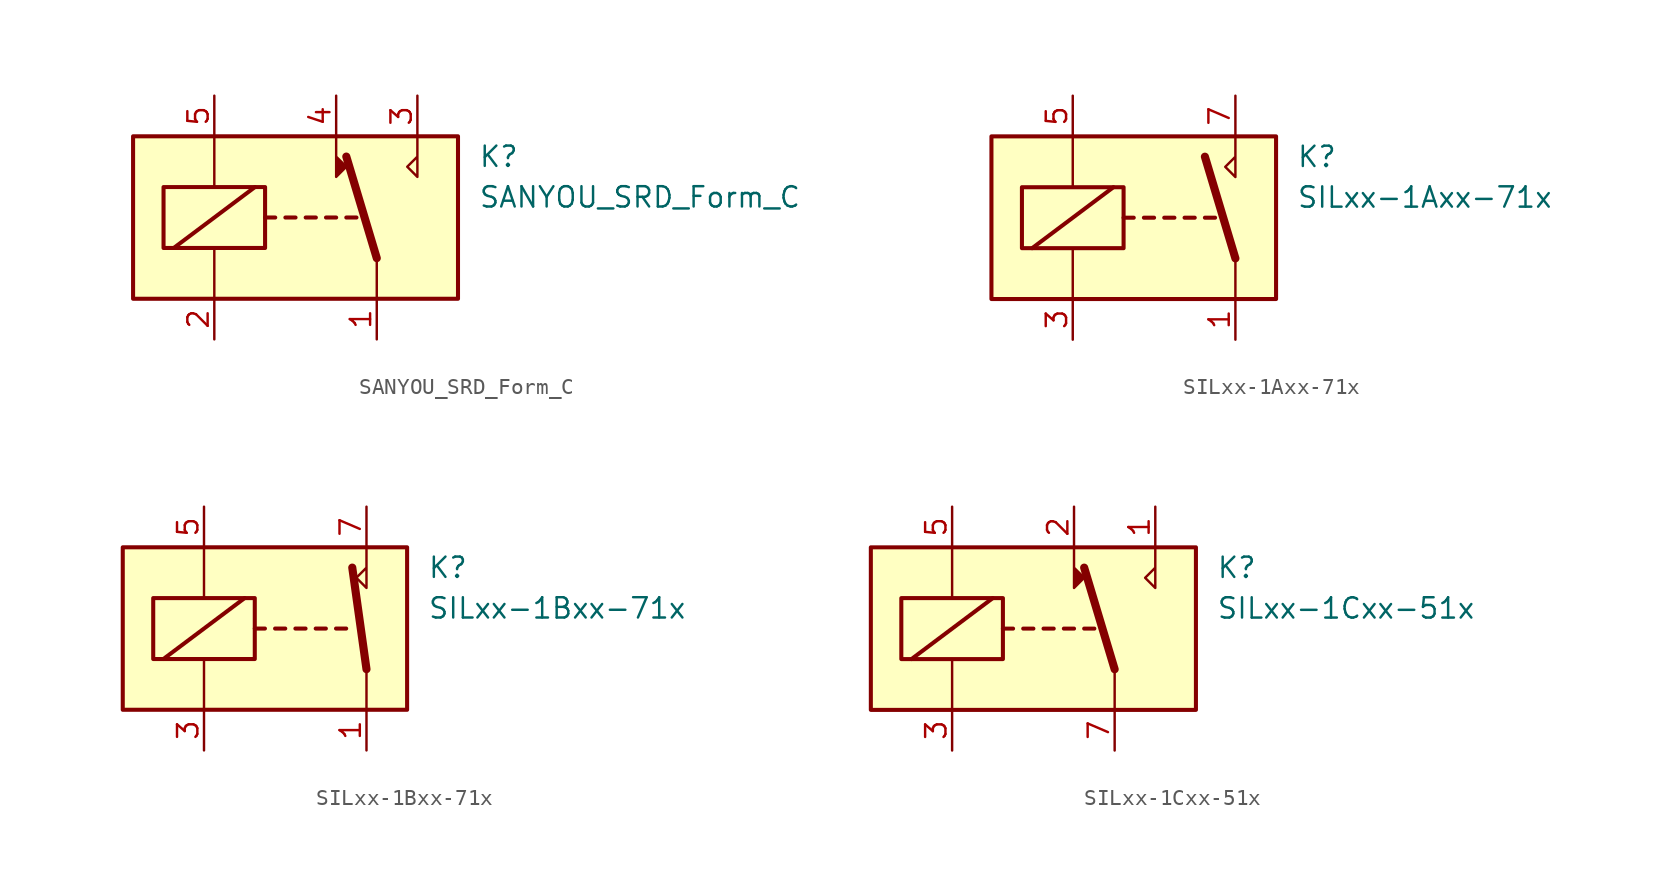
<source format=kicad_sym>
(kicad_symbol_lib
  (version 20211014)
  (generator kicad_symbol_editor)
  (symbol "SANYOU_SRD_Form_C"
    (property "Reference" "K"
      (at 11.43 3.81 0)
      (effects (font (size 1.27 1.27)) (justify left)))
    (property "Value" "SANYOU_SRD_Form_C"
      (at 11.43 1.27 0)
      (effects (font (size 1.27 1.27)) (justify left)))
    (symbol "SANYOU_SRD_Form_C_0_0"
      (polyline (pts (xy 7.62 5.08) (xy 7.62 2.54) (xy 6.985 3.175) (xy 7.62 3.81)) (stroke (width 0) (type default) (color 0 0 0 0)) (fill (type none))))
    (symbol "SANYOU_SRD_Form_C_0_1"
      (rectangle (start -10.16 5.08) (end 10.16 -5.08) (stroke (width 0.254) (type default) (color 0 0 0 0)) (fill (type background)))
      (rectangle (start -8.255 1.905) (end -1.905 -1.905) (stroke (width 0.254) (type default) (color 0 0 0 0)) (fill (type none)))
      (polyline (pts (xy -7.62 -1.905) (xy -2.54 1.905)) (stroke (width 0.254) (type default) (color 0 0 0 0)) (fill (type none)))
      (polyline (pts (xy -5.08 -5.08) (xy -5.08 -1.905)) (stroke (width 0) (type default) (color 0 0 0 0)) (fill (type none)))
      (polyline (pts (xy -5.08 5.08) (xy -5.08 1.905)) (stroke (width 0) (type default) (color 0 0 0 0)) (fill (type none)))
      (polyline (pts (xy -1.905 0) (xy -1.27 0)) (stroke (width 0.254) (type default) (color 0 0 0 0)) (fill (type none)))
      (polyline (pts (xy -0.635 0) (xy 0 0)) (stroke (width 0.254) (type default) (color 0 0 0 0)) (fill (type none)))
      (polyline (pts (xy 0.635 0) (xy 1.27 0)) (stroke (width 0.254) (type default) (color 0 0 0 0)) (fill (type none)))
      (polyline (pts (xy 1.905 0) (xy 2.54 0)) (stroke (width 0.254) (type default) (color 0 0 0 0)) (fill (type none)))
      (polyline (pts (xy 3.175 0) (xy 3.81 0)) (stroke (width 0.254) (type default) (color 0 0 0 0)) (fill (type none)))
      (polyline (pts (xy 5.08 -2.54) (xy 3.175 3.81)) (stroke (width 0.508) (type default) (color 0 0 0 0)) (fill (type none)))
      (polyline (pts (xy 5.08 -2.54) (xy 5.08 -5.08)) (stroke (width 0) (type default) (color 0 0 0 0)) (fill (type none))))
    (symbol "SANYOU_SRD_Form_C_1_1"
      (polyline (pts (xy 2.54 3.81) (xy 3.175 3.175) (xy 2.54 2.54) (xy 2.54 5.08)) (stroke (width 0) (type default) (color 0 0 0 0)) (fill (type outline)))
      (pin passive line (at 5.08 -7.62 90) (length 2.54) (name "~" (effects (font (size 1.27 1.27)))) (number "1" (effects (font (size 1.27 1.27)))))
      (pin passive line (at -5.08 -7.62 90) (length 2.54) (name "~" (effects (font (size 1.27 1.27)))) (number "2" (effects (font (size 1.27 1.27)))))
      (pin passive line (at 7.62 7.62 270) (length 2.54) (name "~" (effects (font (size 1.27 1.27)))) (number "3" (effects (font (size 1.27 1.27)))))
      (pin passive line (at 2.54 7.62 270) (length 2.54) (name "~" (effects (font (size 1.27 1.27)))) (number "4" (effects (font (size 1.27 1.27)))))
      (pin passive line (at -5.08 7.62 270) (length 2.54) (name "~" (effects (font (size 1.27 1.27)))) (number "5" (effects (font (size 1.27 1.27)))))))
  (symbol "SILxx-1Axx-71x"
    (property "Reference" "K"
      (at 8.89 3.81 0)
      (effects (font (size 1.27 1.27)) (justify left)))
    (property "Value" "SILxx-1Axx-71x"
      (at 8.89 1.27 0)
      (effects (font (size 1.27 1.27)) (justify left)))
    (symbol "SILxx-1Axx-71x_0_0"
      (polyline (pts (xy 5.08 5.08) (xy 5.08 2.54) (xy 4.445 3.175) (xy 5.08 3.81)) (stroke (width 0) (type default) (color 0 0 0 0)) (fill (type none))))
    (symbol "SILxx-1Axx-71x_0_1"
      (rectangle (start -10.16 5.08) (end 7.62 -5.08) (stroke (width 0.254) (type default) (color 0 0 0 0)) (fill (type background)))
      (rectangle (start -8.255 1.905) (end -1.905 -1.905) (stroke (width 0.254) (type default) (color 0 0 0 0)) (fill (type none)))
      (polyline (pts (xy -7.62 -1.905) (xy -2.54 1.905)) (stroke (width 0.254) (type default) (color 0 0 0 0)) (fill (type none)))
      (polyline (pts (xy -5.08 -5.08) (xy -5.08 -1.905)) (stroke (width 0) (type default) (color 0 0 0 0)) (fill (type none)))
      (polyline (pts (xy -5.08 5.08) (xy -5.08 1.905)) (stroke (width 0) (type default) (color 0 0 0 0)) (fill (type none)))
      (polyline (pts (xy -1.905 0) (xy -1.27 0)) (stroke (width 0.254) (type default) (color 0 0 0 0)) (fill (type none)))
      (polyline (pts (xy -0.635 0) (xy 0 0)) (stroke (width 0.254) (type default) (color 0 0 0 0)) (fill (type none)))
      (polyline (pts (xy 0.635 0) (xy 1.27 0)) (stroke (width 0.254) (type default) (color 0 0 0 0)) (fill (type none)))
      (polyline (pts (xy 1.905 0) (xy 2.54 0)) (stroke (width 0.254) (type default) (color 0 0 0 0)) (fill (type none)))
      (polyline (pts (xy 3.175 0) (xy 3.81 0)) (stroke (width 0.254) (type default) (color 0 0 0 0)) (fill (type none)))
      (polyline (pts (xy 5.08 -2.54) (xy 3.175 3.81)) (stroke (width 0.508) (type default) (color 0 0 0 0)) (fill (type none)))
      (polyline (pts (xy 5.08 -2.54) (xy 5.08 -5.08)) (stroke (width 0) (type default) (color 0 0 0 0)) (fill (type none))))
    (symbol "SILxx-1Axx-71x_1_1"
      (pin passive line (at 5.08 -7.62 90) (length 2.54) (name "~" (effects (font (size 1.27 1.27)))) (number "1" (effects (font (size 1.27 1.27)))))
      (pin passive line (at -5.08 -7.62 90) (length 2.54) (name "~" (effects (font (size 1.27 1.27)))) (number "3" (effects (font (size 1.27 1.27)))))
      (pin passive line (at -5.08 7.62 270) (length 2.54) (name "~" (effects (font (size 1.27 1.27)))) (number "5" (effects (font (size 1.27 1.27)))))
      (pin passive line (at 5.08 7.62 270) (length 2.54) (name "~" (effects (font (size 1.27 1.27)))) (number "7" (effects (font (size 1.27 1.27)))))))
  (symbol "SILxx-1Bxx-71x"
    (property "Reference" "K"
      (at 8.89 3.81 0)
      (effects (font (size 1.27 1.27)) (justify left)))
    (property "Value" "SILxx-1Bxx-71x"
      (at 8.89 1.27 0)
      (effects (font (size 1.27 1.27)) (justify left)))
    (symbol "SILxx-1Bxx-71x_0_0"
      (polyline (pts (xy 5.08 5.08) (xy 5.08 2.54) (xy 4.445 3.175) (xy 5.08 3.81)) (stroke (width 0) (type default) (color 0 0 0 0)) (fill (type none))))
    (symbol "SILxx-1Bxx-71x_0_1"
      (rectangle (start -10.16 5.08) (end 7.62 -5.08) (stroke (width 0.254) (type default) (color 0 0 0 0)) (fill (type background)))
      (rectangle (start -8.255 1.905) (end -1.905 -1.905) (stroke (width 0.254) (type default) (color 0 0 0 0)) (fill (type none)))
      (polyline (pts (xy -7.62 -1.905) (xy -2.54 1.905)) (stroke (width 0.254) (type default) (color 0 0 0 0)) (fill (type none)))
      (polyline (pts (xy -5.08 -5.08) (xy -5.08 -1.905)) (stroke (width 0) (type default) (color 0 0 0 0)) (fill (type none)))
      (polyline (pts (xy -5.08 5.08) (xy -5.08 1.905)) (stroke (width 0) (type default) (color 0 0 0 0)) (fill (type none)))
      (polyline (pts (xy -1.905 0) (xy -1.27 0)) (stroke (width 0.254) (type default) (color 0 0 0 0)) (fill (type none)))
      (polyline (pts (xy -0.635 0) (xy 0 0)) (stroke (width 0.254) (type default) (color 0 0 0 0)) (fill (type none)))
      (polyline (pts (xy 0.635 0) (xy 1.27 0)) (stroke (width 0.254) (type default) (color 0 0 0 0)) (fill (type none)))
      (polyline (pts (xy 1.905 0) (xy 2.54 0)) (stroke (width 0.254) (type default) (color 0 0 0 0)) (fill (type none)))
      (polyline (pts (xy 3.175 0) (xy 3.81 0)) (stroke (width 0.254) (type default) (color 0 0 0 0)) (fill (type none)))
      (polyline (pts (xy 5.08 -2.54) (xy 4.191 3.81)) (stroke (width 0.508) (type default) (color 0 0 0 0)) (fill (type none)))
      (polyline (pts (xy 5.08 -2.54) (xy 5.08 -5.08)) (stroke (width 0) (type default) (color 0 0 0 0)) (fill (type none))))
    (symbol "SILxx-1Bxx-71x_1_1"
      (pin passive line (at 5.08 -7.62 90) (length 2.54) (name "~" (effects (font (size 1.27 1.27)))) (number "1" (effects (font (size 1.27 1.27)))))
      (pin passive line (at -5.08 -7.62 90) (length 2.54) (name "~" (effects (font (size 1.27 1.27)))) (number "3" (effects (font (size 1.27 1.27)))))
      (pin passive line (at -5.08 7.62 270) (length 2.54) (name "~" (effects (font (size 1.27 1.27)))) (number "5" (effects (font (size 1.27 1.27)))))
      (pin passive line (at 5.08 7.62 270) (length 2.54) (name "~" (effects (font (size 1.27 1.27)))) (number "7" (effects (font (size 1.27 1.27)))))))
  (symbol "SILxx-1Cxx-51x"
    (property "Reference" "K"
      (at 11.43 3.81 0)
      (effects (font (size 1.27 1.27)) (justify left)))
    (property "Value" "SILxx-1Cxx-51x"
      (at 11.43 1.27 0)
      (effects (font (size 1.27 1.27)) (justify left)))
    (symbol "SILxx-1Cxx-51x_0_0"
      (polyline (pts (xy 7.62 5.08) (xy 7.62 2.54) (xy 6.985 3.175) (xy 7.62 3.81)) (stroke (width 0) (type default) (color 0 0 0 0)) (fill (type none))))
    (symbol "SILxx-1Cxx-51x_0_1"
      (rectangle (start -10.16 5.08) (end 10.16 -5.08) (stroke (width 0.254) (type default) (color 0 0 0 0)) (fill (type background)))
      (rectangle (start -8.255 1.905) (end -1.905 -1.905) (stroke (width 0.254) (type default) (color 0 0 0 0)) (fill (type none)))
      (polyline (pts (xy -7.62 -1.905) (xy -2.54 1.905)) (stroke (width 0.254) (type default) (color 0 0 0 0)) (fill (type none)))
      (polyline (pts (xy -5.08 -5.08) (xy -5.08 -1.905)) (stroke (width 0) (type default) (color 0 0 0 0)) (fill (type none)))
      (polyline (pts (xy -5.08 5.08) (xy -5.08 1.905)) (stroke (width 0) (type default) (color 0 0 0 0)) (fill (type none)))
      (polyline (pts (xy -1.905 0) (xy -1.27 0)) (stroke (width 0.254) (type default) (color 0 0 0 0)) (fill (type none)))
      (polyline (pts (xy -0.635 0) (xy 0 0)) (stroke (width 0.254) (type default) (color 0 0 0 0)) (fill (type none)))
      (polyline (pts (xy 0.635 0) (xy 1.27 0)) (stroke (width 0.254) (type default) (color 0 0 0 0)) (fill (type none)))
      (polyline (pts (xy 1.905 0) (xy 2.54 0)) (stroke (width 0.254) (type default) (color 0 0 0 0)) (fill (type none)))
      (polyline (pts (xy 3.175 0) (xy 3.81 0)) (stroke (width 0.254) (type default) (color 0 0 0 0)) (fill (type none)))
      (polyline (pts (xy 5.08 -2.54) (xy 3.175 3.81)) (stroke (width 0.508) (type default) (color 0 0 0 0)) (fill (type none)))
      (polyline (pts (xy 5.08 -2.54) (xy 5.08 -5.08)) (stroke (width 0) (type default) (color 0 0 0 0)) (fill (type none)))
      (polyline (pts (xy 2.54 5.08) (xy 2.54 2.54) (xy 3.175 3.175) (xy 2.54 3.81)) (stroke (width 0) (type default) (color 0 0 0 0)) (fill (type outline))))
    (symbol "SILxx-1Cxx-51x_1_1"
      (pin passive line (at 7.62 7.62 270) (length 2.54) (name "~" (effects (font (size 1.27 1.27)))) (number "1" (effects (font (size 1.27 1.27)))))
      (pin passive line (at 2.54 7.62 270) (length 2.54) (name "~" (effects (font (size 1.27 1.27)))) (number "2" (effects (font (size 1.27 1.27)))))
      (pin passive line (at -5.08 -7.62 90) (length 2.54) (name "~" (effects (font (size 1.27 1.27)))) (number "3" (effects (font (size 1.27 1.27)))))
      (pin passive line (at -5.08 7.62 270) (length 2.54) (name "~" (effects (font (size 1.27 1.27)))) (number "5" (effects (font (size 1.27 1.27)))))
      (pin passive line (at 5.08 -7.62 90) (length 2.54) (name "~" (effects (font (size 1.27 1.27)))) (number "7" (effects (font (size 1.27 1.27))))))))
</source>
